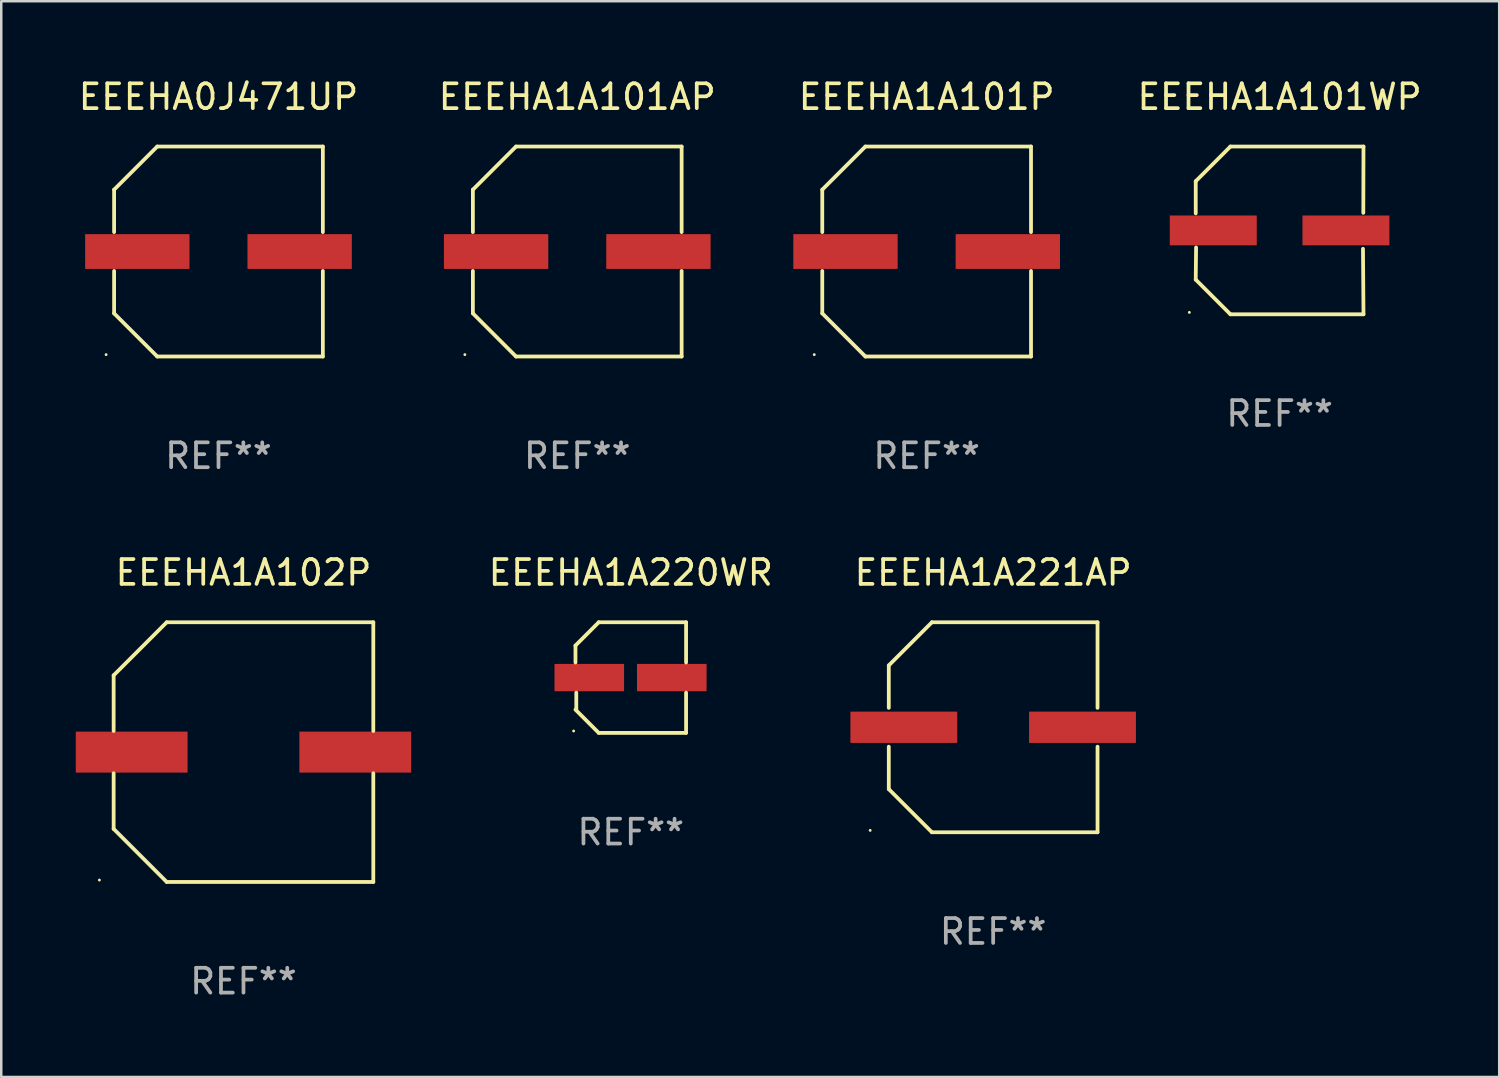
<source format=kicad_pcb>
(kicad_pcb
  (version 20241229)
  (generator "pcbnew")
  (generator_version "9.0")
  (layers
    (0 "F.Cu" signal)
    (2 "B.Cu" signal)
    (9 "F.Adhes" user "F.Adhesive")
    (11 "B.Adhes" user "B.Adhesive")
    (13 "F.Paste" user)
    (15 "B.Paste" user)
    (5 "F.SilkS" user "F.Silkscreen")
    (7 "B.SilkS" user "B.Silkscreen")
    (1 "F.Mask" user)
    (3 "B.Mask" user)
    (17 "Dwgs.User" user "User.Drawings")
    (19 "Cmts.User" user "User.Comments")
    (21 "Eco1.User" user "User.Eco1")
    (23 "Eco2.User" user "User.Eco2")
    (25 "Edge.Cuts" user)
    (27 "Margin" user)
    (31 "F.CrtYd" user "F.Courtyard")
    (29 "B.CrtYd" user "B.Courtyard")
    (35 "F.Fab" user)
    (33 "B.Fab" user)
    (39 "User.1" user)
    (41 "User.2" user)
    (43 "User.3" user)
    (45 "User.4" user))
  (footprint "EEEHA0J471UP"
    (layer "F.Cu")
    (at 5.744 7.074)
    (property "Reference" "EEEHA0J471UP" (at 0 -6.226 0) (layer "F.SilkS") (effects (font (size 1 1) (thickness 0.15))))
    (attr through_hole)
    (fp_line (start -4.201 -2.49) (end -4.201 -0.782) (stroke (width 0.152) (type solid)) (layer "F.SilkS"))
    (fp_line (start -4.201 2.49) (end -4.201 0.782) (stroke (width 0.152) (type solid)) (layer "F.SilkS"))
    (fp_line (start -2.465 -4.226) (end -4.201 -2.49) (stroke (width 0.152) (type solid)) (layer "F.SilkS"))
    (fp_line (start -2.465 4.226) (end -4.201 2.49) (stroke (width 0.152) (type solid)) (layer "F.SilkS"))
    (fp_line (start 4.201 -4.226) (end -2.465 -4.226) (stroke (width 0.152) (type solid)) (layer "F.SilkS"))
    (fp_line (start 4.201 -0.782) (end 4.201 -4.226) (stroke (width 0.152) (type solid)) (layer "F.SilkS"))
    (fp_line (start 4.201 0.782) (end 4.201 4.226) (stroke (width 0.152) (type solid)) (layer "F.SilkS"))
    (fp_line (start 4.201 4.226) (end -2.465 4.226) (stroke (width 0.152) (type solid)) (layer "F.SilkS"))
    (fp_circle (center -4.524 4.15) (end -4.494 4.15) (stroke (width 0.06) (type solid)) (fill no) (layer "F.SilkS"))
    (fp_text user "REF**" (at 0 8.226 0) (layer "F.Fab") (effects (font (size 1 1) (thickness 0.15))))
    (pad "1" smd rect (at -3.267 0) (size 4.2 1.4) (layers "F.Cu" "F.Mask" "F.Paste"))
    (pad "2" smd rect (at 3.267 0) (size 4.2 1.4) (layers "F.Cu" "F.Mask" "F.Paste")))
  (footprint "EEEHA1A101AP"
    (layer "F.Cu")
    (at 20.185 7.074)
    (property "Reference" "EEEHA1A101AP" (at 0 -6.226 0) (layer "F.SilkS") (effects (font (size 1 1) (thickness 0.15))))
    (attr through_hole)
    (fp_line (start -4.201 -2.49) (end -4.201 -0.782) (stroke (width 0.152) (type solid)) (layer "F.SilkS"))
    (fp_line (start -4.201 2.49) (end -4.201 0.782) (stroke (width 0.152) (type solid)) (layer "F.SilkS"))
    (fp_line (start -2.465 -4.226) (end -4.201 -2.49) (stroke (width 0.152) (type solid)) (layer "F.SilkS"))
    (fp_line (start -2.465 4.226) (end -4.201 2.49) (stroke (width 0.152) (type solid)) (layer "F.SilkS"))
    (fp_line (start 4.201 -4.226) (end -2.465 -4.226) (stroke (width 0.152) (type solid)) (layer "F.SilkS"))
    (fp_line (start 4.201 -0.782) (end 4.201 -4.226) (stroke (width 0.152) (type solid)) (layer "F.SilkS"))
    (fp_line (start 4.201 0.782) (end 4.201 4.226) (stroke (width 0.152) (type solid)) (layer "F.SilkS"))
    (fp_line (start 4.201 4.226) (end -2.465 4.226) (stroke (width 0.152) (type solid)) (layer "F.SilkS"))
    (fp_circle (center -4.524 4.15) (end -4.494 4.15) (stroke (width 0.06) (type solid)) (fill no) (layer "F.SilkS"))
    (fp_text user "REF**" (at 0 8.226 0) (layer "F.Fab") (effects (font (size 1 1) (thickness 0.15))))
    (pad "1" smd rect (at -3.267 0) (size 4.2 1.4) (layers "F.Cu" "F.Mask" "F.Paste"))
    (pad "2" smd rect (at 3.267 0) (size 4.2 1.4) (layers "F.Cu" "F.Mask" "F.Paste")))
  (footprint "EEEHA1A101WP"
    (layer "F.Cu")
    (at 48.455 6.224)
    (property "Reference" "EEEHA1A101WP" (at 0 -5.376 0) (layer "F.SilkS") (effects (font (size 1 1) (thickness 0.15))))
    (attr through_hole)
    (fp_line (start -3.376 -1.98) (end -3.376 -0.686) (stroke (width 0.152) (type solid)) (layer "F.SilkS"))
    (fp_line (start -3.376 1.981) (end -3.362 0.686) (stroke (width 0.152) (type solid)) (layer "F.SilkS"))
    (fp_line (start -1.981 3.376) (end -3.376 1.981) (stroke (width 0.152) (type solid)) (layer "F.SilkS"))
    (fp_line (start -1.98 -3.376) (end -3.376 -1.98) (stroke (width 0.152) (type solid)) (layer "F.SilkS"))
    (fp_line (start 3.356 0.74) (end 3.376 3.376) (stroke (width 0.152) (type solid)) (layer "F.SilkS"))
    (fp_line (start 3.369 -0.707) (end 3.376 -3.376) (stroke (width 0.152) (type solid)) (layer "F.SilkS"))
    (fp_line (start 3.376 3.376) (end -1.981 3.376) (stroke (width 0.152) (type solid)) (layer "F.SilkS"))
    (fp_line (start 3.376 -3.376) (end -1.98 -3.376) (stroke (width 0.152) (type solid)) (layer "F.SilkS"))
    (fp_circle (center -3.634 3.3) (end -3.604 3.3) (stroke (width 0.06) (type solid)) (fill no) (layer "F.SilkS"))
    (fp_text user "REF**" (at 0 7.376 0) (layer "F.Fab") (effects (font (size 1 1) (thickness 0.15))))
    (pad "1" smd rect (at -2.67 0.000254) (size 3.5 1.2) (layers "F.Cu" "F.Mask" "F.Paste"))
    (pad "2" smd rect (at 2.67 0.000254) (size 3.5 1.2) (layers "F.Cu" "F.Mask" "F.Paste")))
  (footprint "EEEHA1A101P"
    (layer "F.Cu")
    (at 34.248 7.074)
    (property "Reference" "EEEHA1A101P" (at 0 -6.226 0) (layer "F.SilkS") (effects (font (size 1 1) (thickness 0.15))))
    (attr through_hole)
    (fp_line (start -4.201 -2.49) (end -4.201 -0.782) (stroke (width 0.152) (type solid)) (layer "F.SilkS"))
    (fp_line (start -4.201 2.49) (end -4.201 0.782) (stroke (width 0.152) (type solid)) (layer "F.SilkS"))
    (fp_line (start -2.465 -4.226) (end -4.201 -2.49) (stroke (width 0.152) (type solid)) (layer "F.SilkS"))
    (fp_line (start -2.465 4.226) (end -4.201 2.49) (stroke (width 0.152) (type solid)) (layer "F.SilkS"))
    (fp_line (start 4.201 -4.226) (end -2.465 -4.226) (stroke (width 0.152) (type solid)) (layer "F.SilkS"))
    (fp_line (start 4.201 -0.782) (end 4.201 -4.226) (stroke (width 0.152) (type solid)) (layer "F.SilkS"))
    (fp_line (start 4.201 0.782) (end 4.201 4.226) (stroke (width 0.152) (type solid)) (layer "F.SilkS"))
    (fp_line (start 4.201 4.226) (end -2.465 4.226) (stroke (width 0.152) (type solid)) (layer "F.SilkS"))
    (fp_circle (center -4.524 4.15) (end -4.494 4.15) (stroke (width 0.06) (type solid)) (fill no) (layer "F.SilkS"))
    (fp_text user "REF**" (at 0 8.226 0) (layer "F.Fab") (effects (font (size 1 1) (thickness 0.15))))
    (pad "1" smd rect (at -3.267 0) (size 4.2 1.4) (layers "F.Cu" "F.Mask" "F.Paste"))
    (pad "2" smd rect (at 3.267 0) (size 4.2 1.4) (layers "F.Cu" "F.Mask" "F.Paste")))
  (footprint "EEEHA1A220WR"
    (layer "F.Cu")
    (at 22.339 24.223)
    (property "Reference" "EEEHA1A220WR" (at 0 -4.226 0) (layer "F.SilkS") (effects (font (size 1 1) (thickness 0.15))))
    (attr through_hole)
    (fp_line (start -2.226 -1.29) (end -2.226 -0.607) (stroke (width 0.152) (type solid)) (layer "F.SilkS"))
    (fp_line (start -2.193 1.29) (end -2.193 0.607) (stroke (width 0.152) (type solid)) (layer "F.SilkS"))
    (fp_line (start -1.29 2.226) (end -2.226 1.29) (stroke (width 0.152) (type solid)) (layer "F.SilkS"))
    (fp_line (start -1.29 -2.226) (end -2.226 -1.29) (stroke (width 0.152) (type solid)) (layer "F.SilkS"))
    (fp_line (start 2.226 -2.226) (end -1.29 -2.226) (stroke (width 0.152) (type solid)) (layer "F.SilkS"))
    (fp_line (start 2.226 -0.607) (end 2.226 -2.226) (stroke (width 0.152) (type solid)) (layer "F.SilkS"))
    (fp_line (start 2.226 0.607) (end 2.226 2.226) (stroke (width 0.152) (type solid)) (layer "F.SilkS"))
    (fp_line (start 2.226 2.226) (end -1.29 2.226) (stroke (width 0.152) (type solid)) (layer "F.SilkS"))
    (fp_circle (center -2.3 2.15) (end -2.27 2.15) (stroke (width 0.06) (type solid)) (fill no) (layer "F.SilkS"))
    (fp_text user "REF**" (at 0 6.226 0) (layer "F.Fab") (effects (font (size 1 1) (thickness 0.15))))
    (pad "1" smd rect (at -1.67 -0.000025) (size 2.8 1.1) (layers "F.Cu" "F.Mask" "F.Paste"))
    (pad "2" smd rect (at 1.651 -0.000025) (size 2.8 1.1) (layers "F.Cu" "F.Mask" "F.Paste")))
  (footprint "EEEHA1A102P"
    (layer "F.Cu")
    (at 6.75 27.223)
    (property "Reference" "EEEHA1A102P" (at 0 -7.226 0) (layer "F.SilkS") (effects (font (size 1 1) (thickness 0.15))))
    (attr through_hole)
    (fp_line (start -5.226 -3.09) (end -5.226 -0.852) (stroke (width 0.152) (type solid)) (layer "F.SilkS"))
    (fp_line (start -5.226 3.09) (end -5.226 0.852) (stroke (width 0.152) (type solid)) (layer "F.SilkS"))
    (fp_line (start -3.09 -5.226) (end -5.226 -3.09) (stroke (width 0.152) (type solid)) (layer "F.SilkS"))
    (fp_line (start -3.09 5.226) (end -5.226 3.09) (stroke (width 0.152) (type solid)) (layer "F.SilkS"))
    (fp_line (start 5.226 -5.226) (end -3.09 -5.226) (stroke (width 0.152) (type solid)) (layer "F.SilkS"))
    (fp_line (start 5.226 -0.852) (end 5.226 -5.226) (stroke (width 0.152) (type solid)) (layer "F.SilkS"))
    (fp_line (start 5.226 0.852) (end 5.226 5.226) (stroke (width 0.152) (type solid)) (layer "F.SilkS"))
    (fp_line (start 5.226 5.226) (end -3.09 5.226) (stroke (width 0.152) (type solid)) (layer "F.SilkS"))
    (fp_circle (center -5.8 5.15) (end -5.77 5.15) (stroke (width 0.06) (type solid)) (fill no) (layer "F.SilkS"))
    (fp_text user "REF**" (at 0 9.226 0) (layer "F.Fab") (effects (font (size 1 1) (thickness 0.15))))
    (pad "1" smd rect (at -4.5 0) (size 4.5 1.65) (layers "F.Cu" "F.Mask" "F.Paste"))
    (pad "2" smd rect (at 4.5 0) (size 4.5 1.65) (layers "F.Cu" "F.Mask" "F.Paste")))
  (footprint "EEEHA1A221AP"
    (layer "F.Cu")
    (at 36.925 26.223)
    (property "Reference" "EEEHA1A221AP" (at 0 -6.226 0) (layer "F.SilkS") (effects (font (size 1 1) (thickness 0.15))))
    (attr through_hole)
    (fp_line (start -4.201 -2.49) (end -4.201 -0.782) (stroke (width 0.152) (type solid)) (layer "F.SilkS"))
    (fp_line (start -4.201 2.49) (end -4.201 0.782) (stroke (width 0.152) (type solid)) (layer "F.SilkS"))
    (fp_line (start -2.465 -4.226) (end -4.201 -2.49) (stroke (width 0.152) (type solid)) (layer "F.SilkS"))
    (fp_line (start -2.465 4.226) (end -4.201 2.49) (stroke (width 0.152) (type solid)) (layer "F.SilkS"))
    (fp_line (start 4.201 -4.226) (end -2.465 -4.226) (stroke (width 0.152) (type solid)) (layer "F.SilkS"))
    (fp_line (start 4.201 -0.782) (end 4.201 -4.226) (stroke (width 0.152) (type solid)) (layer "F.SilkS"))
    (fp_line (start 4.201 0.782) (end 4.201 4.226) (stroke (width 0.152) (type solid)) (layer "F.SilkS"))
    (fp_line (start 4.201 4.226) (end -2.465 4.226) (stroke (width 0.152) (type solid)) (layer "F.SilkS"))
    (fp_circle (center -4.95 4.15) (end -4.92 4.15) (stroke (width 0.06) (type solid)) (fill no) (layer "F.SilkS"))
    (fp_text user "REF**" (at 0 8.226 0) (layer "F.Fab") (effects (font (size 1 1) (thickness 0.15))))
    (pad "1" smd rect (at -3.596 0.000025) (size 4.3 1.26) (layers "F.Cu" "F.Mask" "F.Paste"))
    (pad "2" smd rect (at 3.596 0.000025) (size 4.3 1.26) (layers "F.Cu" "F.Mask" "F.Paste")))
  (gr_rect
    (start -3 -3)
    (end 57.294 40.298)
    (stroke (width 0.1) (type default))
    (fill no)
    (layer "Edge.Cuts")))
</source>
